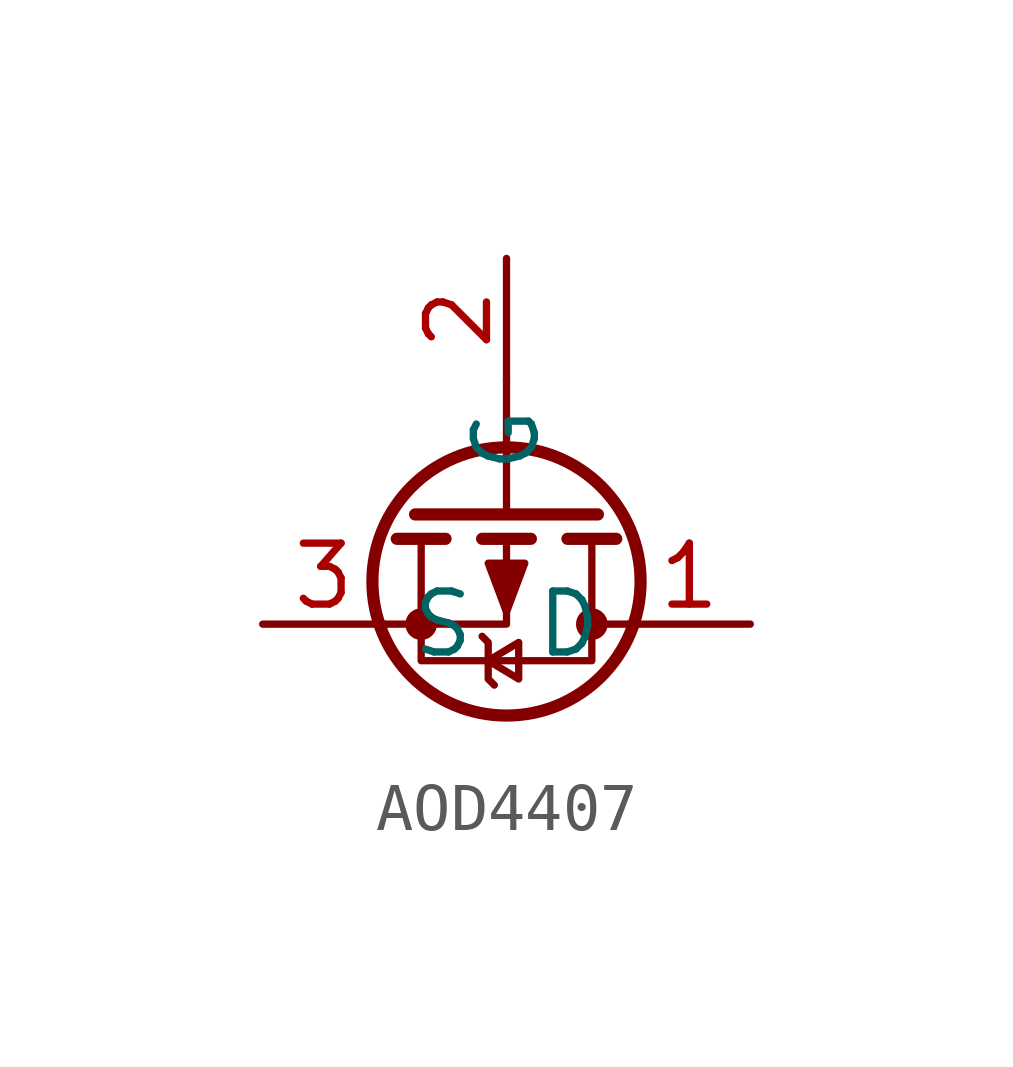
<source format=kicad_sym>
(kicad_symbol_lib
  (version 20241209)
  (generator "kicad_symbol_editor")
  (generator_version "9.0")
  (symbol "AOD4407"
    (property "Reference" "U"
      (at 1.27 3.81 0)
      (effects (font (size 1.27 1.27)) (hide yes)))
    (property "Value" ""
      (at 0 0 0)
      (effects (font (size 1.27 1.27))))
    (symbol "AOD4407_0_1"
      (polyline (pts (xy -2.54 -1.27) (xy 0 -1.27) (xy 0 0.508)) (stroke (width 0) (type default)) (fill (type none)))
      (circle (center -1.778 -1.27) (radius 0.254) (stroke (width 0) (type default)) (fill (type outline)))
      (polyline (pts (xy -1.27 0.508) (xy -2.286 0.508)) (stroke (width 0.254) (type default)) (fill (type none)))
      (polyline (pts (xy -0.508 -1.524) (xy -0.381 -1.651) (xy -0.381 -2.413) (xy -0.254 -2.54)) (stroke (width 0) (type default)) (fill (type none)))
      (polyline (pts (xy -0.381 -2.032) (xy 0.254 -1.651) (xy 0.254 -2.413) (xy -0.381 -2.032)) (stroke (width 0) (type default)) (fill (type none)))
      (polyline (pts (xy 0 1.016) (xy 0 3.81)) (stroke (width 0) (type default)) (fill (type none)))
      (circle (center 0 -0.381) (radius 2.794) (stroke (width 0.254) (type default)) (fill (type none)))
      (polyline (pts (xy 0 -1.016) (xy 0.381 0) (xy -0.381 0) (xy 0 -1.016)) (stroke (width 0) (type default)) (fill (type outline)))
      (polyline (pts (xy 0.508 0.508) (xy -0.508 0.508)) (stroke (width 0.254) (type default)) (fill (type none)))
      (polyline (pts (xy 1.778 0.508) (xy 1.778 -2.032) (xy -1.778 -2.032) (xy -1.778 0.508)) (stroke (width 0) (type default)) (fill (type none)))
      (circle (center 1.778 -1.27) (radius 0.254) (stroke (width 0) (type default)) (fill (type outline)))
      (polyline (pts (xy 1.905 1.016) (xy -1.905 1.016)) (stroke (width 0.254) (type default)) (fill (type none)))
      (polyline (pts (xy 2.286 0.508) (xy 1.27 0.508)) (stroke (width 0.254) (type default)) (fill (type none)))
      (polyline (pts (xy 2.54 -1.27) (xy 1.778 -1.27)) (stroke (width 0) (type default)) (fill (type none))))
    (symbol "AOD4407_1_1"
      (pin passive line (at -5.08 -1.27 0) (length 2.54) (name "S" (effects (font (size 1.27 1.27)))) (number "3" (effects (font (size 1.27 1.27)))))
      (pin input line (at 0 6.35 270) (length 2.54) (name "G" (effects (font (size 1.27 1.27)))) (number "2" (effects (font (size 1.27 1.27)))))
      (pin passive line (at 5.08 -1.27 180) (length 2.54) (name "D" (effects (font (size 1.27 1.27)))) (number "1" (effects (font (size 1.27 1.27))))))))
</source>
